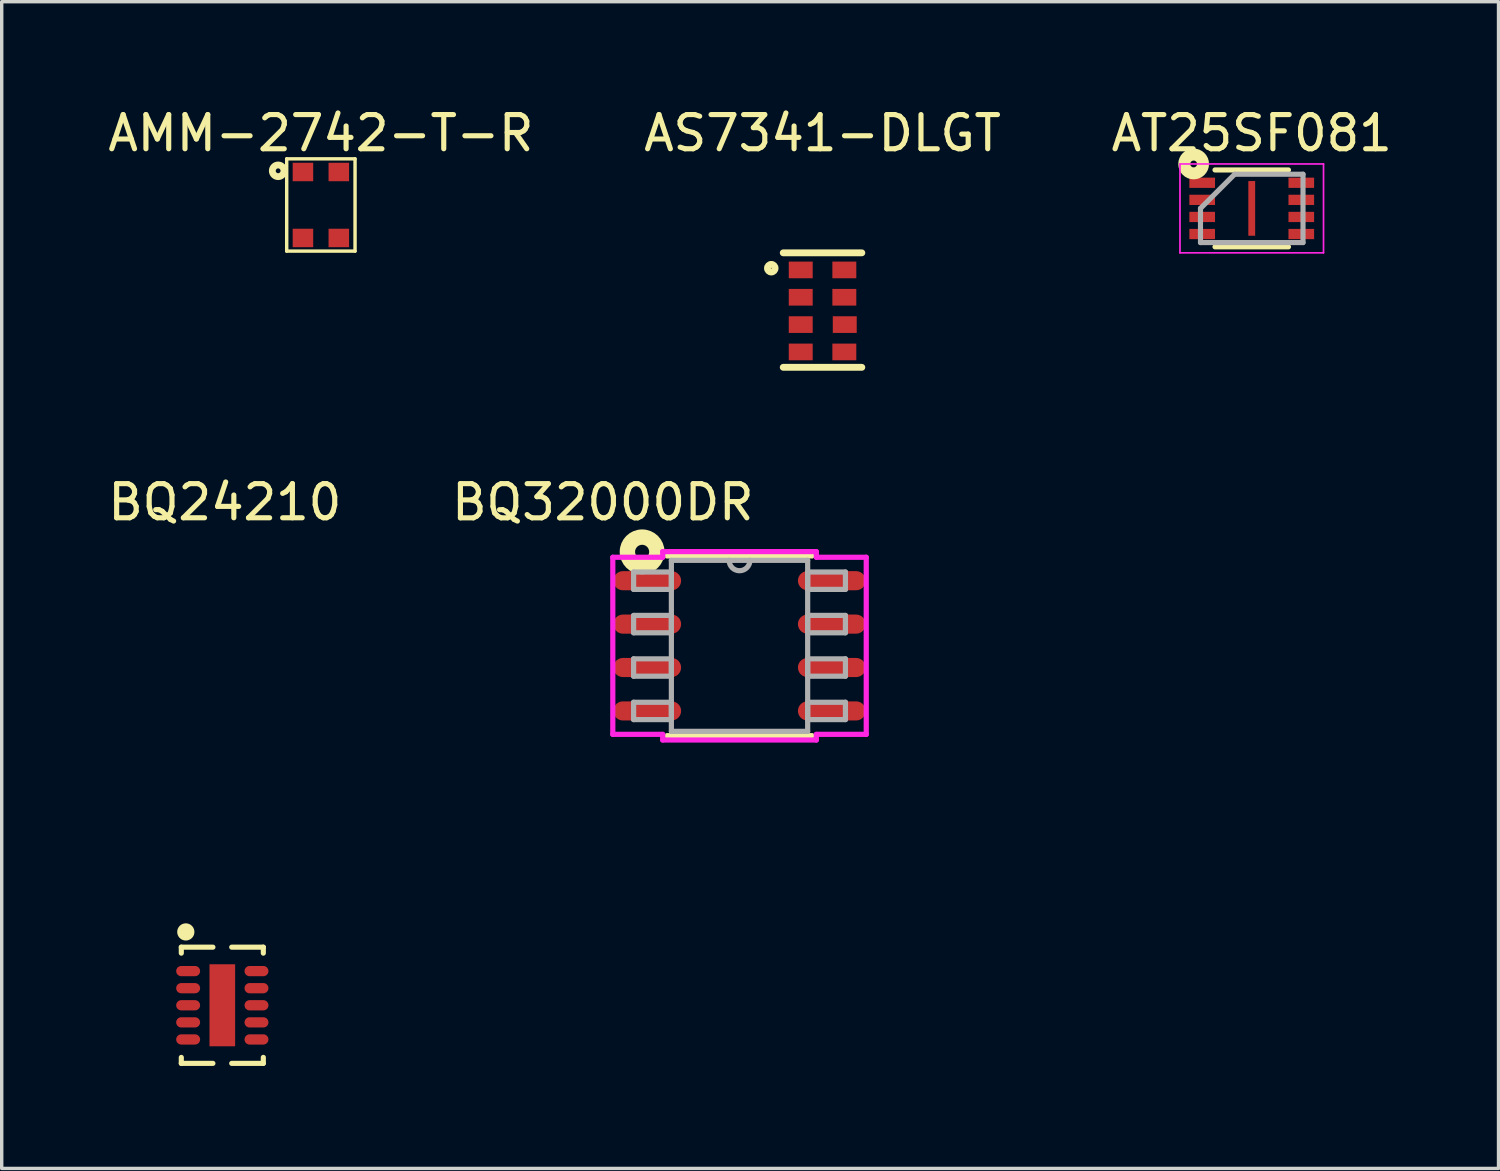
<source format=kicad_pcb>
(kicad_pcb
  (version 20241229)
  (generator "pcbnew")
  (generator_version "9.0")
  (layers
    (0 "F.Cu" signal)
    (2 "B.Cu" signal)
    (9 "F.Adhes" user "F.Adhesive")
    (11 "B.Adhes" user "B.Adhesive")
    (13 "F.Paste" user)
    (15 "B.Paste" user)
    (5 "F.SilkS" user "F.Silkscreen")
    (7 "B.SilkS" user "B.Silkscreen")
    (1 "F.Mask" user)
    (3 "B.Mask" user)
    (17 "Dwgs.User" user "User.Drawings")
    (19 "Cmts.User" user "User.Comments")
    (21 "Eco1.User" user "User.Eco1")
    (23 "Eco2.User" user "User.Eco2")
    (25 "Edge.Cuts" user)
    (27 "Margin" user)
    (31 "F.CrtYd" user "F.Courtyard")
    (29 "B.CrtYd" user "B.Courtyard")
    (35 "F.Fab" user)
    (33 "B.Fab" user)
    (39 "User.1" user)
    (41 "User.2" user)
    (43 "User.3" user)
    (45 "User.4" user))
  (footprint "BQ24210"
    (layer "F.Cu")
    (at 3.53 26.378)
    (property "Reference" "BQ24210" (at 0 -14.732 0) (layer "F.SilkS") (effects (font (size 1 1) (thickness 0.15))))
    (attr through_hole)
    (fp_line (start -1.275 -1.713) (end -1.275 -1.538) (stroke (width 0.15) (type solid)) (layer "F.SilkS"))
    (fp_line (start -1.275 1.512) (end -1.275 1.687) (stroke (width 0.15) (type solid)) (layer "F.SilkS"))
    (fp_line (start -0.35 -1.713) (end -1.275 -1.713) (stroke (width 0.15) (type solid)) (layer "F.SilkS"))
    (fp_line (start -0.35 1.687) (end -1.275 1.687) (stroke (width 0.15) (type solid)) (layer "F.SilkS"))
    (fp_line (start 1.125 -1.713) (end 0.2 -1.713) (stroke (width 0.15) (type solid)) (layer "F.SilkS"))
    (fp_line (start 1.125 -1.713) (end 1.125 -1.538) (stroke (width 0.15) (type solid)) (layer "F.SilkS"))
    (fp_line (start 1.125 1.512) (end 1.125 1.687) (stroke (width 0.15) (type solid)) (layer "F.SilkS"))
    (fp_line (start 1.125 1.687) (end 0.2 1.687) (stroke (width 0.15) (type solid)) (layer "F.SilkS"))
    (fp_circle (center -1.143 -2.159) (end -1.143 -2.032) (stroke (width 0.25) (type solid)) (fill no) (layer "F.SilkS"))
    (pad "1" smd oval (at -1.075 -1.013 270) (size 0.3 0.7) (layers "F.Cu" "F.Mask" "F.Paste"))
    (pad "2" smd oval (at -1.075 -0.513 270) (size 0.3 0.7) (layers "F.Cu" "F.Mask" "F.Paste"))
    (pad "3" smd oval (at -1.075 -0.013 270) (size 0.3 0.7) (layers "F.Cu" "F.Mask" "F.Paste"))
    (pad "4" smd oval (at -1.075 0.487 270) (size 0.3 0.7) (layers "F.Cu" "F.Mask" "F.Paste"))
    (pad "5" smd oval (at -1.075 0.987 270) (size 0.3 0.7) (layers "F.Cu" "F.Mask" "F.Paste"))
    (pad "6" smd oval (at 0.925 0.987 270) (size 0.3 0.7) (layers "F.Cu" "F.Mask" "F.Paste"))
    (pad "7" smd oval (at 0.925 0.487 270) (size 0.3 0.7) (layers "F.Cu" "F.Mask" "F.Paste"))
    (pad "8" smd oval (at 0.925 -0.013 270) (size 0.3 0.7) (layers "F.Cu" "F.Mask" "F.Paste"))
    (pad "9" smd oval (at 0.925 -0.513 270) (size 0.3 0.7) (layers "F.Cu" "F.Mask" "F.Paste"))
    (pad "10" smd oval (at 0.925 -1.013 270) (size 0.3 0.7) (layers "F.Cu" "F.Mask" "F.Paste"))
    (pad "11" smd rect (at -0.075 -0.013 270) (size 2.4 0.75) (layers "F.Cu" "F.Mask" "F.Paste")))
  (footprint "AS7341-DLGT"
    (layer "F.Cu")
    (at 21.018 6.048)
    (property "Reference" "AS7341-DLGT" (at 0 -5.2 0) (layer "F.SilkS") (effects (font (size 1 1) (thickness 0.15))))
    (attr through_hole)
    (fp_line (start -1.15 -1.7) (end 1.15 -1.7) (stroke (width 0.2) (type solid)) (layer "F.SilkS"))
    (fp_line (start 1.15 1.65) (end -1.15 1.65) (stroke (width 0.2) (type solid)) (layer "F.SilkS"))
    (fp_circle (center -1.5 -1.25) (end -1.4 -1.2) (stroke (width 0.2) (type solid)) (fill no) (layer "F.SilkS"))
    (pad "1" smd rect (at -0.638 -1.2) (size 0.7 0.488) (layers "F.Cu" "F.Mask" "F.Paste"))
    (pad "2" smd rect (at -0.638 -0.4) (size 0.7 0.488) (layers "F.Cu" "F.Mask" "F.Paste"))
    (pad "3" smd rect (at -0.638 0.4) (size 0.7 0.488) (layers "F.Cu" "F.Mask" "F.Paste"))
    (pad "4" smd rect (at -0.638 1.2) (size 0.7 0.488) (layers "F.Cu" "F.Mask" "F.Paste"))
    (pad "5" smd rect (at 0.638 1.2) (size 0.7 0.488) (layers "F.Cu" "F.Mask" "F.Paste"))
    (pad "6" smd rect (at 0.65 0.4) (size 0.7 0.488) (layers "F.Cu" "F.Mask" "F.Paste"))
    (pad "7" smd rect (at 0.638 -0.4) (size 0.7 0.488) (layers "F.Cu" "F.Mask" "F.Paste"))
    (pad "8" smd rect (at 0.638 -1.2) (size 0.7 0.488) (layers "F.Cu" "F.Mask" "F.Paste")))
  (footprint "BQ32000DR"
    (layer "F.Cu")
    (at 18.589 15.847)
    (property "Reference" "BQ32000DR" (at -4 -4.2 0) (layer "F.SilkS") (effects (font (size 1 1) (thickness 0.15))))
    (attr through_hole)
    (fp_line (start -2.121 2.629) (end 2.121 2.629) (stroke (width 0.152) (type solid)) (layer "F.SilkS"))
    (fp_line (start 2.121 -2.629) (end -2.121 -2.629) (stroke (width 0.152) (type solid)) (layer "F.SilkS"))
    (fp_circle (center -2.85 -2.75) (end -2.644 -2.75) (stroke (width 0.45) (type solid)) (fill no) (layer "F.SilkS"))
    (fp_line (start -3.708 -2.591) (end -2.248 -2.591) (stroke (width 0.152) (type solid)) (layer "F.CrtYd"))
    (fp_line (start -3.708 2.591) (end -3.708 -2.591) (stroke (width 0.152) (type solid)) (layer "F.CrtYd"))
    (fp_line (start -2.248 -2.756) (end 2.248 -2.756) (stroke (width 0.152) (type solid)) (layer "F.CrtYd"))
    (fp_line (start -2.248 -2.591) (end -2.248 -2.756) (stroke (width 0.152) (type solid)) (layer "F.CrtYd"))
    (fp_line (start -2.248 2.591) (end -3.708 2.591) (stroke (width 0.152) (type solid)) (layer "F.CrtYd"))
    (fp_line (start -2.248 2.756) (end -2.248 2.591) (stroke (width 0.152) (type solid)) (layer "F.CrtYd"))
    (fp_line (start 2.248 -2.756) (end 2.248 -2.591) (stroke (width 0.152) (type solid)) (layer "F.CrtYd"))
    (fp_line (start 2.248 -2.591) (end 3.708 -2.591) (stroke (width 0.152) (type solid)) (layer "F.CrtYd"))
    (fp_line (start 2.248 2.591) (end 2.248 2.756) (stroke (width 0.152) (type solid)) (layer "F.CrtYd"))
    (fp_line (start 2.248 2.756) (end -2.248 2.756) (stroke (width 0.152) (type solid)) (layer "F.CrtYd"))
    (fp_line (start 3.708 -2.591) (end 3.708 2.591) (stroke (width 0.152) (type solid)) (layer "F.CrtYd"))
    (fp_line (start 3.708 2.591) (end 2.248 2.591) (stroke (width 0.152) (type solid)) (layer "F.CrtYd"))
    (fp_line (start -3.099 -2.159) (end -3.099 -1.651) (stroke (width 0.152) (type solid)) (layer "F.Fab"))
    (fp_line (start -3.099 -1.651) (end -1.994 -1.651) (stroke (width 0.152) (type solid)) (layer "F.Fab"))
    (fp_line (start -3.099 -0.889) (end -3.099 -0.381) (stroke (width 0.152) (type solid)) (layer "F.Fab"))
    (fp_line (start -3.099 -0.381) (end -1.994 -0.381) (stroke (width 0.152) (type solid)) (layer "F.Fab"))
    (fp_line (start -3.099 0.381) (end -3.099 0.889) (stroke (width 0.152) (type solid)) (layer "F.Fab"))
    (fp_line (start -3.099 0.889) (end -1.994 0.889) (stroke (width 0.152) (type solid)) (layer "F.Fab"))
    (fp_line (start -3.099 1.651) (end -3.099 2.159) (stroke (width 0.152) (type solid)) (layer "F.Fab"))
    (fp_line (start -3.099 2.159) (end -1.994 2.159) (stroke (width 0.152) (type solid)) (layer "F.Fab"))
    (fp_line (start -1.994 -2.502) (end -1.994 2.502) (stroke (width 0.152) (type solid)) (layer "F.Fab"))
    (fp_line (start -1.994 -2.159) (end -3.099 -2.159) (stroke (width 0.152) (type solid)) (layer "F.Fab"))
    (fp_line (start -1.994 -1.651) (end -1.994 -2.159) (stroke (width 0.152) (type solid)) (layer "F.Fab"))
    (fp_line (start -1.994 -0.889) (end -3.099 -0.889) (stroke (width 0.152) (type solid)) (layer "F.Fab"))
    (fp_line (start -1.994 -0.381) (end -1.994 -0.889) (stroke (width 0.152) (type solid)) (layer "F.Fab"))
    (fp_line (start -1.994 0.381) (end -3.099 0.381) (stroke (width 0.152) (type solid)) (layer "F.Fab"))
    (fp_line (start -1.994 0.889) (end -1.994 0.381) (stroke (width 0.152) (type solid)) (layer "F.Fab"))
    (fp_line (start -1.994 1.651) (end -3.099 1.651) (stroke (width 0.152) (type solid)) (layer "F.Fab"))
    (fp_line (start -1.994 2.159) (end -1.994 1.651) (stroke (width 0.152) (type solid)) (layer "F.Fab"))
    (fp_line (start -1.994 2.502) (end 1.994 2.502) (stroke (width 0.152) (type solid)) (layer "F.Fab"))
    (fp_line (start 1.994 -2.502) (end -1.994 -2.502) (stroke (width 0.152) (type solid)) (layer "F.Fab"))
    (fp_line (start 1.994 -2.159) (end 1.994 -1.651) (stroke (width 0.152) (type solid)) (layer "F.Fab"))
    (fp_line (start 1.994 -1.651) (end 3.099 -1.651) (stroke (width 0.152) (type solid)) (layer "F.Fab"))
    (fp_line (start 1.994 -0.889) (end 1.994 -0.381) (stroke (width 0.152) (type solid)) (layer "F.Fab"))
    (fp_line (start 1.994 -0.381) (end 3.099 -0.381) (stroke (width 0.152) (type solid)) (layer "F.Fab"))
    (fp_line (start 1.994 0.381) (end 1.994 0.889) (stroke (width 0.152) (type solid)) (layer "F.Fab"))
    (fp_line (start 1.994 0.889) (end 3.099 0.889) (stroke (width 0.152) (type solid)) (layer "F.Fab"))
    (fp_line (start 1.994 1.651) (end 1.994 2.159) (stroke (width 0.152) (type solid)) (layer "F.Fab"))
    (fp_line (start 1.994 2.159) (end 3.099 2.159) (stroke (width 0.152) (type solid)) (layer "F.Fab"))
    (fp_line (start 1.994 2.502) (end 1.994 -2.502) (stroke (width 0.152) (type solid)) (layer "F.Fab"))
    (fp_line (start 3.099 -2.159) (end 1.994 -2.159) (stroke (width 0.152) (type solid)) (layer "F.Fab"))
    (fp_line (start 3.099 -1.651) (end 3.099 -2.159) (stroke (width 0.152) (type solid)) (layer "F.Fab"))
    (fp_line (start 3.099 -0.889) (end 1.994 -0.889) (stroke (width 0.152) (type solid)) (layer "F.Fab"))
    (fp_line (start 3.099 -0.381) (end 3.099 -0.889) (stroke (width 0.152) (type solid)) (layer "F.Fab"))
    (fp_line (start 3.099 0.381) (end 1.994 0.381) (stroke (width 0.152) (type solid)) (layer "F.Fab"))
    (fp_line (start 3.099 0.889) (end 3.099 0.381) (stroke (width 0.152) (type solid)) (layer "F.Fab"))
    (fp_line (start 3.099 1.651) (end 1.994 1.651) (stroke (width 0.152) (type solid)) (layer "F.Fab"))
    (fp_line (start 3.099 2.159) (end 3.099 1.651) (stroke (width 0.152) (type solid)) (layer "F.Fab"))
    (fp_arc (start 0.3048 -2.5019) (mid 0 -2.1971) (end -0.3048 -2.5019) (stroke (width 0.1524) (type solid)) (layer "F.Fab"))
    (pad "1" smd oval (at -2.7 -1.905) (size 1.981 0.559) (layers "F.Cu" "F.Mask" "F.Paste"))
    (pad "2" smd oval (at -2.7 -0.635) (size 1.981 0.559) (layers "F.Cu" "F.Mask" "F.Paste"))
    (pad "3" smd oval (at -2.7 0.635) (size 1.981 0.559) (layers "F.Cu" "F.Mask" "F.Paste"))
    (pad "4" smd oval (at -2.7 1.905) (size 1.981 0.559) (layers "F.Cu" "F.Mask" "F.Paste"))
    (pad "5" smd oval (at 2.7 1.905) (size 1.981 0.559) (layers "F.Cu" "F.Mask" "F.Paste"))
    (pad "6" smd oval (at 2.7 0.635) (size 1.981 0.559) (layers "F.Cu" "F.Mask" "F.Paste"))
    (pad "7" smd oval (at 2.7 -0.635) (size 1.981 0.559) (layers "F.Cu" "F.Mask" "F.Paste"))
    (pad "8" smd oval (at 2.7 -1.905) (size 1.981 0.559) (layers "F.Cu" "F.Mask" "F.Paste")))
  (footprint "AT25SF081"
    (layer "F.Cu")
    (at 33.577 3.048)
    (property "Reference" "AT25SF081" (at 0 -2.2 0) (layer "F.SilkS") (effects (font (size 1 1) (thickness 0.15))))
    (attr through_hole)
    (fp_line (start -1.075 -1.125) (end 1.075 -1.125) (stroke (width 0.15) (type solid)) (layer "F.SilkS"))
    (fp_line (start -1.075 1.125) (end 1.075 1.125) (stroke (width 0.15) (type solid)) (layer "F.SilkS"))
    (fp_circle (center -1.7 -1.3) (end -1.6 -1.3) (stroke (width 0.35) (type solid)) (fill no) (layer "F.SilkS"))
    (fp_line (start -2.1 -1.3) (end -2.1 1.3) (stroke (width 0.05) (type solid)) (layer "F.CrtYd"))
    (fp_line (start -2.1 -1.3) (end 2.1 -1.3) (stroke (width 0.05) (type solid)) (layer "F.CrtYd"))
    (fp_line (start -2.1 1.3) (end 2.1 1.3) (stroke (width 0.05) (type solid)) (layer "F.CrtYd"))
    (fp_line (start 2.1 -1.3) (end 2.1 1.3) (stroke (width 0.05) (type solid)) (layer "F.CrtYd"))
    (fp_line (start -1.5 0) (end -0.5 -1) (stroke (width 0.15) (type solid)) (layer "F.Fab"))
    (fp_line (start -1.5 1) (end -1.5 0) (stroke (width 0.15) (type solid)) (layer "F.Fab"))
    (fp_line (start -0.5 -1) (end 1.5 -1) (stroke (width 0.15) (type solid)) (layer "F.Fab"))
    (fp_line (start 1.5 -1) (end 1.5 1) (stroke (width 0.15) (type solid)) (layer "F.Fab"))
    (fp_line (start 1.5 1) (end -1.5 1) (stroke (width 0.15) (type solid)) (layer "F.Fab"))
    (pad "1" smd rect (at -1.45 -0.75) (size 0.75 0.3) (layers "F.Cu" "F.Mask" "F.Paste"))
    (pad "2" smd rect (at -1.45 -0.25) (size 0.75 0.3) (layers "F.Cu" "F.Mask" "F.Paste"))
    (pad "3" smd rect (at -1.45 0.25) (size 0.75 0.3) (layers "F.Cu" "F.Mask" "F.Paste"))
    (pad "4" smd rect (at -1.45 0.75) (size 0.75 0.3) (layers "F.Cu" "F.Mask" "F.Paste"))
    (pad "4" smd rect (at 0 0) (size 0.2 1.6) (layers "F.Cu" "F.Mask" "F.Paste"))
    (pad "5" smd rect (at 1.45 0.75) (size 0.75 0.3) (layers "F.Cu" "F.Mask" "F.Paste"))
    (pad "6" smd rect (at 1.45 0.25) (size 0.75 0.3) (layers "F.Cu" "F.Mask" "F.Paste"))
    (pad "7" smd rect (at 1.45 -0.25) (size 0.75 0.3) (layers "F.Cu" "F.Mask" "F.Paste"))
    (pad "8" smd rect (at 1.45 -0.75) (size 0.75 0.3) (layers "F.Cu" "F.Mask" "F.Paste")))
  (footprint "AMM-2742-T-R"
    (layer "F.Cu")
    (at 6.339 2.948)
    (property "Reference" "AMM-2742-T-R" (at 0 -2.1 0) (layer "F.SilkS") (effects (font (size 1 1) (thickness 0.15))))
    (attr through_hole)
    (fp_line (start -1 -1.35) (end -1 1.35) (stroke (width 0.1) (type solid)) (layer "F.SilkS"))
    (fp_line (start 1 -1.35) (end -1 -1.35) (stroke (width 0.1) (type solid)) (layer "F.SilkS"))
    (fp_line (start 1 -1.35) (end 1 1.35) (stroke (width 0.1) (type solid)) (layer "F.SilkS"))
    (fp_line (start 1 1.35) (end -1 1.35) (stroke (width 0.1) (type solid)) (layer "F.SilkS"))
    (fp_circle (center -1.25 -1) (end -1.2 -0.95) (stroke (width 0.2) (type solid)) (fill no) (layer "F.SilkS"))
    (pad "1" smd rect (at -0.525 -0.965) (size 0.6 0.54) (layers "F.Cu" "F.Mask" "F.Paste"))
    (pad "2" smd rect (at -0.525 0.965) (size 0.6 0.54) (layers "F.Cu" "F.Mask" "F.Paste"))
    (pad "3" smd rect (at 0.525 0.965) (size 0.6 0.54) (layers "F.Cu" "F.Mask" "F.Paste"))
    (pad "4" smd rect (at 0.525 -0.965) (size 0.6 0.54) (layers "F.Cu" "F.Mask" "F.Paste")))
  (gr_rect
    (start -3 -3)
    (end 40.798 31.14)
    (stroke (width 0.1) (type default))
    (fill no)
    (layer "Edge.Cuts")))
</source>
